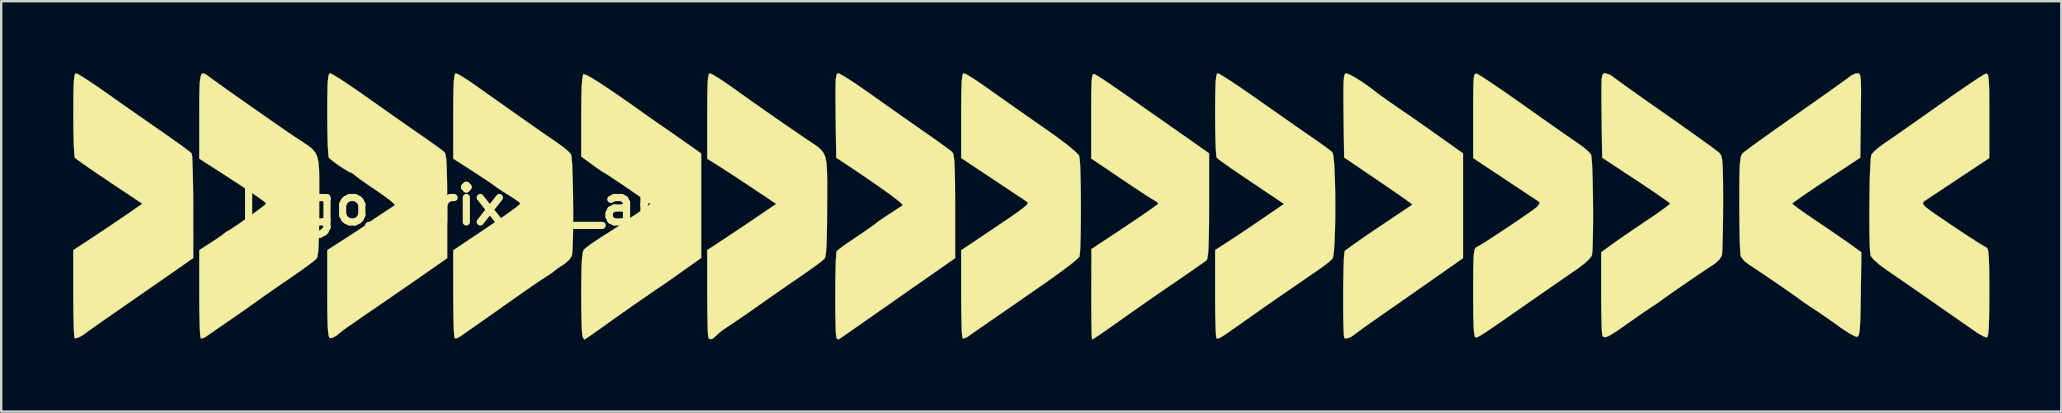
<source format=kicad_pcb>
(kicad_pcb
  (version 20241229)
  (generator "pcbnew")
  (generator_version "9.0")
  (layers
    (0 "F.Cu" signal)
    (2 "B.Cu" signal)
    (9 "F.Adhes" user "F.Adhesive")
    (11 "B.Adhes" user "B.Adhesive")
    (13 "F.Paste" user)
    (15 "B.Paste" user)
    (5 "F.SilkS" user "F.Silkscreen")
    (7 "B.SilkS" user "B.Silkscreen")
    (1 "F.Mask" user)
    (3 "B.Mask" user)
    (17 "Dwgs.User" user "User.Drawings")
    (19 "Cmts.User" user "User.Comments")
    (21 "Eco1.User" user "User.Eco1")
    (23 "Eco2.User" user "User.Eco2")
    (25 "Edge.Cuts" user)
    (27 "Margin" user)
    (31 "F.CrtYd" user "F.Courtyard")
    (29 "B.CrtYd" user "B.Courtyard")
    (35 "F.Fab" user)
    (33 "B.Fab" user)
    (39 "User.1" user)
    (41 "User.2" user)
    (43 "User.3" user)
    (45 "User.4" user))
  (footprint "Logo_itrix_M_art"
    (layer "F.Cu")
    (at 16.092 5.509)
    (property "Reference" "Logo_itrix_M_art" (at 0 0 0) (layer "F.SilkS") (effects (font (size 1.524 1.524) (thickness 0.3))))
    (attr through_hole)
    (fp_poly (pts (xy 37.091 -5.455) (xy 37.326 -5.328) (xy 37.618 -5.144) (xy 37.927 -4.928) (xy 38.111 -4.789) (xy 38.277 -4.66) (xy 38.456 -4.528) (xy 38.681 -4.369) (xy 38.984 -4.16) (xy 39.332 -3.921) (xy 39.639 -3.71) (xy 40.033 -3.435) (xy 40.463 -3.133) (xy 40.877 -2.84) (xy 41.825 -2.167) (xy 41.825 2.198) (xy 40.645 3.025) (xy 40.145 3.374) (xy 39.592 3.761) (xy 39.042 4.145) (xy 38.556 4.484) (xy 38.429 4.572) (xy 38.058 4.832) (xy 37.733 5.062) (xy 37.481 5.244) (xy 37.33 5.358) (xy 37.302 5.381) (xy 37.138 5.493) (xy 36.969 5.545) (xy 36.881 5.526) (xy 36.863 5.426) (xy 36.849 5.188) (xy 36.839 4.842) (xy 36.834 4.42) (xy 36.832 3.952) (xy 36.834 3.468) (xy 36.84 3) (xy 36.849 2.579) (xy 36.861 2.235) (xy 36.877 2) (xy 36.895 1.904) (xy 36.982 1.833) (xy 37.187 1.683) (xy 37.488 1.472) (xy 37.862 1.214) (xy 38.287 0.927) (xy 38.339 0.892) (xy 39.721 -0.036) (xy 39.488 -0.208) (xy 39.341 -0.313) (xy 39.082 -0.493) (xy 38.742 -0.727) (xy 38.348 -0.996) (xy 38.064 -1.189) (xy 36.872 -1.997) (xy 36.849 -3.75) (xy 36.843 -4.346) (xy 36.843 -4.793) (xy 36.849 -5.111) (xy 36.864 -5.321) (xy 36.888 -5.442) (xy 36.923 -5.496) (xy 36.951 -5.503) (xy 37.091 -5.455)) (stroke (width 0.01) (type solid)) (fill yes) (layer "F.SilkS"))
    (fp_poly (pts (xy -15.871 -5.456) (xy -15.656 -5.327) (xy -15.356 -5.132) (xy -14.998 -4.888) (xy -14.769 -4.727) (xy -14.295 -4.393) (xy -13.739 -4.003) (xy -13.162 -3.601) (xy -12.622 -3.225) (xy -12.446 -3.104) (xy -12.044 -2.823) (xy -11.689 -2.571) (xy -11.407 -2.365) (xy -11.221 -2.223) (xy -11.156 -2.165) (xy -11.139 -2.059) (xy -11.124 -1.807) (xy -11.111 -1.433) (xy -11.101 -0.962) (xy -11.094 -0.417) (xy -11.093 0.059) (xy -11.091 2.192) (xy -11.705 2.623) (xy -11.965 2.804) (xy -12.332 3.059) (xy -12.773 3.366) (xy -13.258 3.702) (xy -13.753 4.045) (xy -13.843 4.107) (xy -14.294 4.419) (xy -14.699 4.701) (xy -15.039 4.938) (xy -15.29 5.115) (xy -15.432 5.217) (xy -15.454 5.233) (xy -15.68 5.399) (xy -15.882 5.509) (xy -16.012 5.54) (xy -16.03 5.532) (xy -16.047 5.434) (xy -16.062 5.192) (xy -16.074 4.832) (xy -16.082 4.38) (xy -16.086 3.861) (xy -16.087 3.67) (xy -16.087 1.866) (xy -15.261 1.323) (xy -14.851 1.051) (xy -14.417 0.76) (xy -14.021 0.492) (xy -13.822 0.355) (xy -13.209 -0.068) (xy -14.584 -0.986) (xy -15.013 -1.274) (xy -15.393 -1.534) (xy -15.703 -1.75) (xy -15.919 -1.905) (xy -16.019 -1.986) (xy -16.022 -1.989) (xy -16.041 -2.096) (xy -16.058 -2.346) (xy -16.071 -2.711) (xy -16.081 -3.165) (xy -16.085 -3.681) (xy -16.085 -3.789) (xy -16.084 -4.39) (xy -16.077 -4.841) (xy -16.064 -5.159) (xy -16.043 -5.363) (xy -16.014 -5.472) (xy -15.975 -5.503) (xy -15.871 -5.456)) (stroke (width 0.01) (type solid)) (fill yes) (layer "F.SilkS"))
    (fp_poly (pts (xy 26.466 -5.47) (xy 26.585 -5.403) (xy 26.81 -5.26) (xy 27.11 -5.059) (xy 27.454 -4.823) (xy 27.48 -4.804) (xy 27.784 -4.592) (xy 28.032 -4.419) (xy 28.25 -4.267) (xy 28.463 -4.118) (xy 28.697 -3.954) (xy 28.979 -3.757) (xy 29.334 -3.508) (xy 29.788 -3.189) (xy 30.078 -2.986) (xy 31.242 -2.169) (xy 31.242 0.013) (xy 31.24 0.727) (xy 31.233 1.287) (xy 31.22 1.707) (xy 31.202 2.002) (xy 31.176 2.187) (xy 31.143 2.277) (xy 31.136 2.285) (xy 31.03 2.363) (xy 30.813 2.517) (xy 30.514 2.726) (xy 30.161 2.969) (xy 30.057 3.041) (xy 29.535 3.398) (xy 29.113 3.688) (xy 28.751 3.938) (xy 28.409 4.176) (xy 28.047 4.43) (xy 27.625 4.728) (xy 27.366 4.912) (xy 27.017 5.157) (xy 26.72 5.363) (xy 26.499 5.511) (xy 26.382 5.583) (xy 26.371 5.588) (xy 26.36 5.507) (xy 26.35 5.281) (xy 26.343 4.934) (xy 26.338 4.49) (xy 26.336 3.972) (xy 26.336 3.704) (xy 26.341 1.82) (xy 27.733 0.899) (xy 28.16 0.614) (xy 28.534 0.359) (xy 28.833 0.15) (xy 29.037 0.001) (xy 29.124 -0.072) (xy 29.125 -0.076) (xy 29.059 -0.151) (xy 28.958 -0.213) (xy 28.834 -0.286) (xy 28.597 -0.438) (xy 28.274 -0.649) (xy 27.89 -0.904) (xy 27.561 -1.126) (xy 26.331 -1.955) (xy 26.331 -3.738) (xy 26.332 -4.333) (xy 26.337 -4.779) (xy 26.346 -5.096) (xy 26.362 -5.303) (xy 26.385 -5.421) (xy 26.418 -5.471) (xy 26.462 -5.471) (xy 26.466 -5.47)) (stroke (width 0.01) (type solid)) (fill yes) (layer "F.SilkS"))
    (fp_poly (pts (xy 10.548 -5.456) (xy 10.762 -5.327) (xy 11.057 -5.133) (xy 11.404 -4.893) (xy 11.521 -4.81) (xy 12.177 -4.342) (xy 12.827 -3.885) (xy 13.517 -3.406) (xy 14.296 -2.873) (xy 14.398 -2.803) (xy 14.679 -2.616) (xy 14.896 -2.467) (xy 15.059 -2.332) (xy 15.175 -2.188) (xy 15.252 -2.011) (xy 15.298 -1.778) (xy 15.32 -1.463) (xy 15.327 -1.045) (xy 15.326 -0.498) (xy 15.325 -0.001) (xy 15.322 0.708) (xy 15.314 1.262) (xy 15.3 1.676) (xy 15.279 1.964) (xy 15.25 2.142) (xy 15.219 2.215) (xy 15.11 2.313) (xy 14.892 2.48) (xy 14.596 2.694) (xy 14.266 2.923) (xy 13.852 3.208) (xy 13.362 3.546) (xy 12.862 3.895) (xy 12.446 4.188) (xy 12.064 4.455) (xy 11.705 4.703) (xy 11.405 4.907) (xy 11.199 5.042) (xy 11.17 5.06) (xy 10.935 5.222) (xy 10.74 5.388) (xy 10.713 5.416) (xy 10.555 5.56) (xy 10.443 5.574) (xy 10.386 5.532) (xy 10.369 5.434) (xy 10.354 5.192) (xy 10.342 4.832) (xy 10.334 4.38) (xy 10.33 3.861) (xy 10.329 3.669) (xy 10.329 1.864) (xy 11.028 1.405) (xy 11.427 1.141) (xy 11.886 0.834) (xy 12.326 0.537) (xy 12.466 0.442) (xy 13.206 -0.062) (xy 12.255 -0.698) (xy 11.849 -0.967) (xy 11.445 -1.234) (xy 11.087 -1.467) (xy 10.822 -1.636) (xy 10.816 -1.64) (xy 10.329 -1.945) (xy 10.329 -3.724) (xy 10.331 -4.337) (xy 10.338 -4.799) (xy 10.351 -5.129) (xy 10.37 -5.344) (xy 10.398 -5.462) (xy 10.436 -5.503) (xy 10.441 -5.503) (xy 10.548 -5.456)) (stroke (width 0.01) (type solid)) (fill yes) (layer "F.SilkS"))
    (fp_poly (pts (xy 5.279 -5.439) (xy 5.516 -5.311) (xy 5.878 -5.085) (xy 6.363 -4.762) (xy 6.967 -4.345) (xy 7.637 -3.871) (xy 7.909 -3.678) (xy 8.157 -3.504) (xy 8.297 -3.408) (xy 8.452 -3.302) (xy 8.707 -3.125) (xy 9.024 -2.904) (xy 9.292 -2.715) (xy 10.075 -2.165) (xy 10.075 2.19) (xy 9.377 2.686) (xy 9.059 2.911) (xy 8.776 3.111) (xy 8.566 3.257) (xy 8.494 3.306) (xy 8.179 3.518) (xy 7.769 3.801) (xy 7.303 4.123) (xy 6.824 4.458) (xy 6.374 4.775) (xy 5.993 5.047) (xy 5.986 5.052) (xy 5.682 5.269) (xy 5.431 5.444) (xy 5.265 5.557) (xy 5.212 5.588) (xy 5.161 5.522) (xy 5.131 5.454) (xy 5.116 5.331) (xy 5.102 5.067) (xy 5.091 4.69) (xy 5.083 4.229) (xy 5.08 3.711) (xy 5.08 3.65) (xy 5.084 3.01) (xy 5.095 2.524) (xy 5.115 2.179) (xy 5.145 1.958) (xy 5.185 1.848) (xy 5.186 1.847) (xy 5.301 1.747) (xy 5.523 1.585) (xy 5.816 1.388) (xy 6.011 1.263) (xy 6.319 1.067) (xy 6.57 0.904) (xy 6.732 0.793) (xy 6.773 0.761) (xy 6.867 0.688) (xy 7.048 0.569) (xy 7.112 0.53) (xy 7.391 0.349) (xy 7.669 0.155) (xy 7.686 0.142) (xy 7.964 -0.064) (xy 7.054 -0.688) (xy 6.706 -0.925) (xy 6.406 -1.126) (xy 6.182 -1.272) (xy 6.063 -1.344) (xy 6.056 -1.347) (xy 5.947 -1.413) (xy 5.747 -1.549) (xy 5.524 -1.71) (xy 5.08 -2.037) (xy 5.08 -3.723) (xy 5.085 -4.405) (xy 5.099 -4.919) (xy 5.123 -5.265) (xy 5.156 -5.442) (xy 5.172 -5.466) (xy 5.279 -5.439)) (stroke (width 0.01) (type solid)) (fill yes) (layer "F.SilkS"))
    (fp_poly (pts (xy 21.135 -5.456) (xy 21.351 -5.327) (xy 21.644 -5.135) (xy 21.987 -4.898) (xy 22.064 -4.843) (xy 22.445 -4.572) (xy 22.921 -4.236) (xy 23.448 -3.867) (xy 23.98 -3.495) (xy 24.369 -3.225) (xy 24.897 -2.85) (xy 25.317 -2.535) (xy 25.619 -2.287) (xy 25.793 -2.115) (xy 25.829 -2.059) (xy 25.851 -1.916) (xy 25.87 -1.634) (xy 25.884 -1.244) (xy 25.894 -0.777) (xy 25.899 -0.262) (xy 25.901 0.271) (xy 25.897 0.79) (xy 25.89 1.265) (xy 25.878 1.667) (xy 25.862 1.965) (xy 25.841 2.128) (xy 25.837 2.139) (xy 25.752 2.23) (xy 25.548 2.399) (xy 25.247 2.631) (xy 24.868 2.909) (xy 24.435 3.218) (xy 24.255 3.342) (xy 23.754 3.689) (xy 23.249 4.039) (xy 22.775 4.366) (xy 22.367 4.649) (xy 22.058 4.862) (xy 22.024 4.886) (xy 21.708 5.105) (xy 21.433 5.297) (xy 21.237 5.435) (xy 21.17 5.483) (xy 21.032 5.545) (xy 20.97 5.532) (xy 20.953 5.434) (xy 20.938 5.192) (xy 20.926 4.833) (xy 20.917 4.38) (xy 20.913 3.861) (xy 20.913 3.673) (xy 20.913 1.871) (xy 22.119 1.062) (xy 22.647 0.707) (xy 23.048 0.433) (xy 23.337 0.229) (xy 23.53 0.082) (xy 23.642 -0.018) (xy 23.687 -0.084) (xy 23.68 -0.128) (xy 23.66 -0.148) (xy 23.564 -0.213) (xy 23.35 -0.356) (xy 23.043 -0.56) (xy 22.666 -0.811) (xy 22.243 -1.092) (xy 22.242 -1.093) (xy 20.913 -1.974) (xy 20.913 -3.739) (xy 20.915 -4.346) (xy 20.921 -4.803) (xy 20.934 -5.129) (xy 20.953 -5.341) (xy 20.981 -5.459) (xy 21.018 -5.502) (xy 21.027 -5.503) (xy 21.135 -5.456)) (stroke (width 0.01) (type solid)) (fill yes) (layer "F.SilkS"))
    (fp_poly (pts (xy 31.705 -5.456) (xy 31.92 -5.325) (xy 32.23 -5.124) (xy 32.613 -4.866) (xy 33.048 -4.566) (xy 33.251 -4.424) (xy 33.755 -4.07) (xy 34.265 -3.713) (xy 34.746 -3.377) (xy 35.164 -3.086) (xy 35.484 -2.865) (xy 35.526 -2.836) (xy 35.844 -2.615) (xy 36.117 -2.419) (xy 36.31 -2.274) (xy 36.379 -2.216) (xy 36.416 -2.097) (xy 36.446 -1.836) (xy 36.47 -1.464) (xy 36.487 -1.008) (xy 36.497 -0.496) (xy 36.5 0.041) (xy 36.497 0.577) (xy 36.487 1.082) (xy 36.47 1.528) (xy 36.446 1.886) (xy 36.415 2.128) (xy 36.386 2.218) (xy 36.262 2.335) (xy 36.047 2.505) (xy 35.832 2.66) (xy 35.578 2.835) (xy 35.234 3.072) (xy 34.846 3.339) (xy 34.52 3.562) (xy 34.077 3.868) (xy 33.569 4.222) (xy 33.069 4.571) (xy 32.766 4.785) (xy 32.343 5.084) (xy 32.037 5.297) (xy 31.828 5.437) (xy 31.695 5.517) (xy 31.617 5.549) (xy 31.573 5.546) (xy 31.549 5.529) (xy 31.534 5.432) (xy 31.52 5.191) (xy 31.508 4.832) (xy 31.5 4.38) (xy 31.496 3.861) (xy 31.496 3.668) (xy 31.496 1.861) (xy 31.96 1.564) (xy 32.21 1.401) (xy 32.555 1.172) (xy 32.952 0.905) (xy 33.357 0.63) (xy 33.396 0.603) (xy 34.368 -0.061) (xy 32.996 -0.981) (xy 32.568 -1.269) (xy 32.188 -1.53) (xy 31.879 -1.747) (xy 31.663 -1.903) (xy 31.563 -1.984) (xy 31.561 -1.987) (xy 31.542 -2.095) (xy 31.525 -2.345) (xy 31.511 -2.711) (xy 31.502 -3.165) (xy 31.497 -3.681) (xy 31.497 -3.789) (xy 31.499 -4.392) (xy 31.506 -4.844) (xy 31.519 -5.163) (xy 31.54 -5.367) (xy 31.57 -5.475) (xy 31.606 -5.503) (xy 31.705 -5.456)) (stroke (width 0.01) (type solid)) (fill yes) (layer "F.SilkS"))
    (fp_poly (pts (xy 15.898 -5.456) (xy 16.118 -5.325) (xy 16.426 -5.127) (xy 16.796 -4.876) (xy 17.139 -4.636) (xy 17.64 -4.28) (xy 18.192 -3.891) (xy 18.74 -3.506) (xy 19.228 -3.165) (xy 19.396 -3.048) (xy 19.77 -2.786) (xy 20.099 -2.551) (xy 20.357 -2.363) (xy 20.515 -2.242) (xy 20.545 -2.216) (xy 20.582 -2.145) (xy 20.61 -1.999) (xy 20.631 -1.761) (xy 20.645 -1.415) (xy 20.654 -0.943) (xy 20.658 -0.328) (xy 20.659 0.046) (xy 20.659 2.197) (xy 19.622 2.922) (xy 19.199 3.217) (xy 18.686 3.575) (xy 18.13 3.964) (xy 17.577 4.351) (xy 17.197 4.617) (xy 16.774 4.912) (xy 16.401 5.172) (xy 16.1 5.38) (xy 15.892 5.523) (xy 15.796 5.586) (xy 15.793 5.588) (xy 15.729 5.541) (xy 15.72 5.532) (xy 15.701 5.431) (xy 15.686 5.192) (xy 15.675 4.845) (xy 15.668 4.422) (xy 15.666 3.952) (xy 15.667 3.468) (xy 15.672 3) (xy 15.681 2.579) (xy 15.694 2.235) (xy 15.71 1.999) (xy 15.728 1.905) (xy 15.821 1.826) (xy 16.023 1.676) (xy 16.303 1.481) (xy 16.552 1.312) (xy 16.867 1.101) (xy 17.127 0.922) (xy 17.3 0.797) (xy 17.357 0.752) (xy 17.444 0.683) (xy 17.634 0.551) (xy 17.887 0.382) (xy 17.905 0.371) (xy 18.164 0.202) (xy 18.368 0.068) (xy 18.475 -0.004) (xy 18.477 -0.005) (xy 18.436 -0.07) (xy 18.263 -0.218) (xy 17.97 -0.44) (xy 17.568 -0.729) (xy 17.067 -1.077) (xy 16.478 -1.475) (xy 16.256 -1.624) (xy 15.706 -1.99) (xy 15.683 -3.747) (xy 15.676 -4.341) (xy 15.676 -4.786) (xy 15.682 -5.103) (xy 15.696 -5.313) (xy 15.719 -5.436) (xy 15.754 -5.492) (xy 15.79 -5.503) (xy 15.898 -5.456)) (stroke (width 0.01) (type solid)) (fill yes) (layer "F.SilkS"))
    (fp_poly (pts (xy -0.036 -5.457) (xy 0.176 -5.332) (xy 0.454 -5.15) (xy 0.636 -5.024) (xy 1.513 -4.403) (xy 2.259 -3.876) (xy 2.879 -3.44) (xy 3.38 -3.09) (xy 3.767 -2.822) (xy 4.048 -2.631) (xy 4.083 -2.607) (xy 4.343 -2.419) (xy 4.549 -2.242) (xy 4.654 -2.121) (xy 4.678 -1.995) (xy 4.698 -1.729) (xy 4.714 -1.352) (xy 4.727 -0.896) (xy 4.736 -0.388) (xy 4.741 0.142) (xy 4.741 0.663) (xy 4.737 1.146) (xy 4.727 1.562) (xy 4.713 1.881) (xy 4.693 2.074) (xy 4.688 2.095) (xy 4.586 2.257) (xy 4.394 2.429) (xy 4.33 2.471) (xy 4.129 2.599) (xy 3.998 2.695) (xy 3.979 2.713) (xy 3.889 2.787) (xy 3.702 2.914) (xy 3.56 3.005) (xy 3.361 3.135) (xy 3.058 3.341) (xy 2.684 3.6) (xy 2.273 3.887) (xy 2.036 4.054) (xy 1.623 4.347) (xy 1.231 4.623) (xy 0.894 4.861) (xy 0.643 5.036) (xy 0.55 5.1) (xy 0.307 5.268) (xy 0.095 5.418) (xy 0.036 5.461) (xy -0.115 5.537) (xy -0.197 5.532) (xy -0.214 5.434) (xy -0.229 5.192) (xy -0.241 4.833) (xy -0.249 4.38) (xy -0.254 3.861) (xy -0.254 3.673) (xy -0.254 1.871) (xy 0.741 1.205) (xy 1.334 0.806) (xy 1.795 0.491) (xy 2.135 0.252) (xy 2.366 0.082) (xy 2.497 -0.027) (xy 2.54 -0.082) (xy 2.54 -0.083) (xy 2.473 -0.15) (xy 2.3 -0.273) (xy 2.092 -0.405) (xy 1.823 -0.574) (xy 1.591 -0.727) (xy 1.478 -0.81) (xy 1.34 -0.909) (xy 1.097 -1.074) (xy 0.785 -1.279) (xy 0.529 -1.445) (xy -0.254 -1.948) (xy -0.254 -3.725) (xy -0.252 -4.347) (xy -0.244 -4.816) (xy -0.23 -5.15) (xy -0.209 -5.364) (xy -0.18 -5.476) (xy -0.148 -5.503) (xy -0.036 -5.457)) (stroke (width 0.01) (type solid)) (fill yes) (layer "F.SilkS"))
    (fp_poly (pts (xy -10.58 -5.467) (xy -10.459 -5.381) (xy -10.452 -5.376) (xy -10.294 -5.259) (xy -10.021 -5.064) (xy -9.662 -4.808) (xy -9.24 -4.511) (xy -8.783 -4.189) (xy -8.316 -3.862) (xy -7.864 -3.548) (xy -7.455 -3.264) (xy -7.113 -3.028) (xy -6.864 -2.859) (xy -6.858 -2.856) (xy -6.551 -2.655) (xy -6.313 -2.496) (xy -6.134 -2.354) (xy -6.007 -2.206) (xy -5.922 -2.028) (xy -5.872 -1.795) (xy -5.847 -1.483) (xy -5.84 -1.07) (xy -5.841 -0.53) (xy -5.842 -0.001) (xy -5.845 0.708) (xy -5.853 1.262) (xy -5.867 1.676) (xy -5.888 1.965) (xy -5.917 2.142) (xy -5.948 2.216) (xy -6.054 2.31) (xy -6.273 2.477) (xy -6.573 2.694) (xy -6.928 2.942) (xy -7.027 3.01) (xy -7.427 3.284) (xy -7.818 3.554) (xy -8.158 3.791) (xy -8.404 3.967) (xy -8.424 3.981) (xy -8.676 4.162) (xy -9.016 4.401) (xy -9.393 4.663) (xy -9.64 4.833) (xy -9.973 5.062) (xy -10.265 5.263) (xy -10.481 5.414) (xy -10.578 5.483) (xy -10.717 5.545) (xy -10.78 5.532) (xy -10.797 5.434) (xy -10.812 5.192) (xy -10.824 4.832) (xy -10.833 4.38) (xy -10.837 3.86) (xy -10.837 3.668) (xy -10.837 1.861) (xy -10.351 1.551) (xy -10.099 1.387) (xy -9.909 1.255) (xy -9.821 1.184) (xy -9.709 1.1) (xy -9.691 1.092) (xy -9.574 1.026) (xy -9.365 0.89) (xy -9.098 0.707) (xy -8.805 0.501) (xy -8.52 0.296) (xy -8.277 0.116) (xy -8.108 -0.017) (xy -8.046 -0.078) (xy -8.118 -0.148) (xy -8.324 -0.301) (xy -8.655 -0.529) (xy -9.1 -0.826) (xy -9.649 -1.185) (xy -10.097 -1.473) (xy -10.837 -1.948) (xy -10.837 -3.726) (xy -10.836 -4.346) (xy -10.83 -4.813) (xy -10.814 -5.146) (xy -10.785 -5.36) (xy -10.739 -5.474) (xy -10.672 -5.504) (xy -10.58 -5.467)) (stroke (width 0.01) (type solid)) (fill yes) (layer "F.SilkS"))
    (fp_poly (pts (xy 42.402 -5.483) (xy 42.511 -5.424) (xy 42.737 -5.281) (xy 43.06 -5.066) (xy 43.46 -4.794) (xy 43.916 -4.477) (xy 44.329 -4.187) (xy 44.84 -3.825) (xy 45.334 -3.477) (xy 45.785 -3.161) (xy 46.166 -2.895) (xy 46.453 -2.697) (xy 46.585 -2.607) (xy 46.845 -2.419) (xy 47.052 -2.242) (xy 47.157 -2.121) (xy 47.18 -1.995) (xy 47.2 -1.73) (xy 47.217 -1.354) (xy 47.23 -0.898) (xy 47.239 -0.391) (xy 47.244 0.138) (xy 47.244 0.658) (xy 47.24 1.141) (xy 47.231 1.556) (xy 47.217 1.875) (xy 47.197 2.067) (xy 47.193 2.087) (xy 47.103 2.216) (xy 46.906 2.402) (xy 46.638 2.611) (xy 46.539 2.68) (xy 46.274 2.861) (xy 45.905 3.115) (xy 45.466 3.419) (xy 44.992 3.748) (xy 44.536 4.065) (xy 43.945 4.477) (xy 43.476 4.802) (xy 43.116 5.051) (xy 42.847 5.233) (xy 42.655 5.358) (xy 42.524 5.438) (xy 42.438 5.482) (xy 42.383 5.5) (xy 42.35 5.503) (xy 42.315 5.457) (xy 42.288 5.309) (xy 42.268 5.044) (xy 42.256 4.649) (xy 42.25 4.108) (xy 42.249 3.65) (xy 42.25 3.037) (xy 42.255 2.572) (xy 42.264 2.236) (xy 42.281 2.005) (xy 42.305 1.86) (xy 42.338 1.781) (xy 42.383 1.745) (xy 42.386 1.743) (xy 42.51 1.676) (xy 42.744 1.532) (xy 43.056 1.331) (xy 43.417 1.095) (xy 43.797 0.842) (xy 44.165 0.594) (xy 44.492 0.369) (xy 44.747 0.188) (xy 44.901 0.071) (xy 44.915 0.06) (xy 45.019 -0.079) (xy 44.993 -0.152) (xy 44.897 -0.216) (xy 44.684 -0.357) (xy 44.377 -0.561) (xy 44 -0.811) (xy 43.577 -1.091) (xy 43.576 -1.092) (xy 42.249 -1.972) (xy 42.249 -3.747) (xy 42.249 -4.339) (xy 42.253 -4.781) (xy 42.261 -5.096) (xy 42.276 -5.303) (xy 42.299 -5.424) (xy 42.332 -5.478) (xy 42.377 -5.488) (xy 42.402 -5.483)) (stroke (width 0.01) (type solid)) (fill yes) (layer "F.SilkS"))
    (fp_poly (pts (xy 58.314 -5.496) (xy 58.354 -5.461) (xy 58.383 -5.377) (xy 58.4 -5.222) (xy 58.409 -4.974) (xy 58.41 -4.613) (xy 58.405 -4.117) (xy 58.401 -3.747) (xy 58.378 -1.99) (xy 56.964 -1.058) (xy 56.533 -0.772) (xy 56.154 -0.517) (xy 55.85 -0.306) (xy 55.641 -0.156) (xy 55.548 -0.08) (xy 55.545 -0.075) (xy 55.61 -0.012) (xy 55.792 0.126) (xy 56.065 0.32) (xy 56.403 0.553) (xy 56.536 0.642) (xy 56.943 0.916) (xy 57.343 1.189) (xy 57.694 1.431) (xy 57.951 1.612) (xy 57.977 1.631) (xy 58.423 1.955) (xy 58.401 3.707) (xy 58.391 4.305) (xy 58.379 4.754) (xy 58.364 5.075) (xy 58.342 5.288) (xy 58.313 5.412) (xy 58.275 5.469) (xy 58.251 5.479) (xy 58.128 5.441) (xy 57.911 5.322) (xy 57.638 5.145) (xy 57.531 5.069) (xy 57.183 4.82) (xy 56.816 4.566) (xy 56.504 4.355) (xy 56.474 4.335) (xy 56.221 4.168) (xy 56.02 4.032) (xy 55.923 3.962) (xy 55.801 3.871) (xy 55.571 3.708) (xy 55.266 3.496) (xy 54.919 3.257) (xy 54.563 3.014) (xy 54.23 2.789) (xy 53.954 2.604) (xy 53.767 2.483) (xy 53.752 2.474) (xy 53.546 2.311) (xy 53.41 2.138) (xy 53.393 2.095) (xy 53.379 1.958) (xy 53.366 1.679) (xy 53.355 1.283) (xy 53.347 0.798) (xy 53.342 0.25) (xy 53.341 -0.064) (xy 53.342 -0.698) (xy 53.346 -1.185) (xy 53.355 -1.545) (xy 53.37 -1.801) (xy 53.393 -1.974) (xy 53.425 -2.086) (xy 53.468 -2.158) (xy 53.488 -2.18) (xy 53.593 -2.265) (xy 53.819 -2.433) (xy 54.146 -2.67) (xy 54.558 -2.965) (xy 55.034 -3.303) (xy 55.557 -3.671) (xy 55.753 -3.809) (xy 56.286 -4.182) (xy 56.777 -4.528) (xy 57.208 -4.834) (xy 57.561 -5.086) (xy 57.818 -5.272) (xy 57.961 -5.379) (xy 57.982 -5.396) (xy 58.159 -5.488) (xy 58.258 -5.503) (xy 58.314 -5.496)) (stroke (width 0.01) (type solid)) (fill yes) (layer "F.SilkS"))
    (fp_poly (pts (xy -5.28 -5.456) (xy -5.062 -5.325) (xy -4.753 -5.124) (xy -4.374 -4.868) (xy -3.949 -4.573) (xy -3.858 -4.508) (xy -3.358 -4.155) (xy -2.837 -3.789) (xy -2.336 -3.437) (xy -1.896 -3.13) (xy -1.593 -2.921) (xy -1.252 -2.683) (xy -0.954 -2.471) (xy -0.734 -2.308) (xy -0.621 -2.217) (xy -0.62 -2.216) (xy -0.584 -2.143) (xy -0.556 -1.994) (xy -0.535 -1.751) (xy -0.521 -1.397) (xy -0.512 -0.916) (xy -0.508 -0.29) (xy -0.508 0.046) (xy -0.508 2.197) (xy -1.39 2.813) (xy -1.776 3.082) (xy -2.253 3.412) (xy -2.771 3.769) (xy -3.281 4.119) (xy -3.509 4.276) (xy -3.917 4.555) (xy -4.281 4.806) (xy -4.575 5.01) (xy -4.775 5.151) (xy -4.853 5.207) (xy -5 5.327) (xy -5.125 5.429) (xy -5.29 5.52) (xy -5.397 5.528) (xy -5.435 5.471) (xy -5.463 5.322) (xy -5.483 5.064) (xy -5.496 4.68) (xy -5.502 4.155) (xy -5.503 3.676) (xy -5.503 1.863) (xy -4.72 1.362) (xy -4.392 1.15) (xy -4.112 0.965) (xy -3.915 0.83) (xy -3.839 0.773) (xy -3.721 0.684) (xy -3.508 0.536) (xy -3.249 0.364) (xy -2.992 0.195) (xy -2.79 0.062) (xy -2.686 -0.008) (xy -2.685 -0.008) (xy -2.724 -0.071) (xy -2.88 -0.207) (xy -3.131 -0.395) (xy -3.45 -0.618) (xy -3.487 -0.643) (xy -3.823 -0.871) (xy -4.104 -1.068) (xy -4.302 -1.214) (xy -4.387 -1.289) (xy -4.389 -1.291) (xy -4.485 -1.354) (xy -4.492 -1.355) (xy -4.601 -1.4) (xy -4.795 -1.516) (xy -5.025 -1.667) (xy -5.243 -1.823) (xy -5.399 -1.949) (xy -5.439 -1.99) (xy -5.457 -2.097) (xy -5.474 -2.346) (xy -5.488 -2.711) (xy -5.497 -3.165) (xy -5.502 -3.681) (xy -5.502 -3.789) (xy -5.501 -4.381) (xy -5.495 -4.824) (xy -5.483 -5.138) (xy -5.464 -5.342) (xy -5.437 -5.456) (xy -5.399 -5.501) (xy -5.383 -5.503) (xy -5.28 -5.456)) (stroke (width 0.01) (type solid)) (fill yes) (layer "F.SilkS"))
    (fp_poly (pts (xy 47.941 -5.45) (xy 48.021 -5.396) (xy 48.117 -5.322) (xy 48.333 -5.164) (xy 48.652 -4.935) (xy 49.056 -4.648) (xy 49.527 -4.316) (xy 50.046 -3.951) (xy 50.25 -3.809) (xy 50.785 -3.433) (xy 51.28 -3.082) (xy 51.717 -2.771) (xy 52.077 -2.511) (xy 52.341 -2.316) (xy 52.492 -2.2) (xy 52.514 -2.18) (xy 52.562 -2.118) (xy 52.598 -2.024) (xy 52.625 -1.878) (xy 52.643 -1.658) (xy 52.654 -1.341) (xy 52.66 -0.907) (xy 52.662 -0.333) (xy 52.662 -0.064) (xy 52.659 0.507) (xy 52.653 1.03) (xy 52.643 1.477) (xy 52.631 1.822) (xy 52.618 2.04) (xy 52.61 2.095) (xy 52.508 2.257) (xy 52.316 2.43) (xy 52.251 2.474) (xy 52.077 2.586) (xy 51.809 2.764) (xy 51.481 2.986) (xy 51.126 3.228) (xy 50.776 3.469) (xy 50.464 3.686) (xy 50.223 3.856) (xy 50.086 3.957) (xy 50.078 3.963) (xy 49.95 4.056) (xy 49.757 4.183) (xy 49.739 4.194) (xy 49.569 4.307) (xy 49.3 4.491) (xy 48.971 4.719) (xy 48.673 4.928) (xy 48.298 5.19) (xy 48.035 5.363) (xy 47.858 5.46) (xy 47.745 5.492) (xy 47.67 5.473) (xy 47.639 5.447) (xy 47.622 5.349) (xy 47.607 5.108) (xy 47.595 4.75) (xy 47.587 4.301) (xy 47.583 3.788) (xy 47.583 3.672) (xy 47.583 1.953) (xy 48.027 1.63) (xy 48.268 1.46) (xy 48.607 1.225) (xy 49.002 0.955) (xy 49.411 0.679) (xy 49.467 0.642) (xy 49.823 0.4) (xy 50.122 0.19) (xy 50.339 0.03) (xy 50.449 -0.062) (xy 50.457 -0.075) (xy 50.388 -0.135) (xy 50.199 -0.273) (xy 49.911 -0.474) (xy 49.544 -0.722) (xy 49.122 -1.004) (xy 49.039 -1.058) (xy 47.625 -1.99) (xy 47.602 -3.747) (xy 47.595 -4.334) (xy 47.593 -4.773) (xy 47.597 -5.086) (xy 47.608 -5.294) (xy 47.63 -5.418) (xy 47.663 -5.48) (xy 47.71 -5.501) (xy 47.744 -5.503) (xy 47.941 -5.45)) (stroke (width 0.01) (type solid)) (fill yes) (layer "F.SilkS"))
    (fp_poly (pts (xy 63.69 -5.456) (xy 63.717 -5.369) (xy 63.736 -5.205) (xy 63.747 -4.943) (xy 63.752 -4.563) (xy 63.754 -4.044) (xy 63.754 -3.747) (xy 63.754 -1.972) (xy 62.426 -1.092) (xy 62.003 -0.811) (xy 61.627 -0.561) (xy 61.319 -0.358) (xy 61.106 -0.216) (xy 61.009 -0.152) (xy 61.009 -0.152) (xy 60.991 -0.057) (xy 61.088 0.06) (xy 61.222 0.164) (xy 61.463 0.336) (xy 61.78 0.554) (xy 62.144 0.801) (xy 62.524 1.054) (xy 62.89 1.294) (xy 63.212 1.502) (xy 63.461 1.657) (xy 63.605 1.738) (xy 63.616 1.743) (xy 63.662 1.777) (xy 63.696 1.854) (xy 63.721 1.994) (xy 63.738 2.219) (xy 63.748 2.549) (xy 63.753 3.005) (xy 63.754 3.609) (xy 63.754 3.65) (xy 63.752 4.285) (xy 63.745 4.768) (xy 63.732 5.114) (xy 63.712 5.341) (xy 63.684 5.465) (xy 63.647 5.503) (xy 63.647 5.503) (xy 63.515 5.458) (xy 63.314 5.346) (xy 63.245 5.301) (xy 63.086 5.191) (xy 62.814 5.002) (xy 62.456 4.753) (xy 62.038 4.463) (xy 61.587 4.149) (xy 61.509 4.094) (xy 61.028 3.759) (xy 60.55 3.428) (xy 60.109 3.123) (xy 59.738 2.868) (xy 59.472 2.685) (xy 59.463 2.68) (xy 59.18 2.471) (xy 58.955 2.274) (xy 58.826 2.122) (xy 58.81 2.087) (xy 58.789 1.923) (xy 58.774 1.628) (xy 58.764 1.229) (xy 58.759 0.757) (xy 58.759 0.242) (xy 58.763 -0.287) (xy 58.771 -0.801) (xy 58.783 -1.27) (xy 58.799 -1.664) (xy 58.818 -1.953) (xy 58.841 -2.109) (xy 58.846 -2.121) (xy 58.959 -2.25) (xy 59.169 -2.428) (xy 59.417 -2.607) (xy 59.622 -2.747) (xy 59.939 -2.966) (xy 60.344 -3.249) (xy 60.809 -3.576) (xy 61.311 -3.93) (xy 61.674 -4.187) (xy 62.162 -4.53) (xy 62.611 -4.84) (xy 62.999 -5.105) (xy 63.308 -5.309) (xy 63.517 -5.44) (xy 63.6 -5.483) (xy 63.651 -5.487) (xy 63.69 -5.456)) (stroke (width 0.01) (type solid)) (fill yes) (layer "F.SilkS")))
  (gr_rect
    (start -3 -3)
    (end 82.851 14.102)
    (stroke (width 0.1) (type default))
    (fill no)
    (layer "Edge.Cuts")))
</source>
